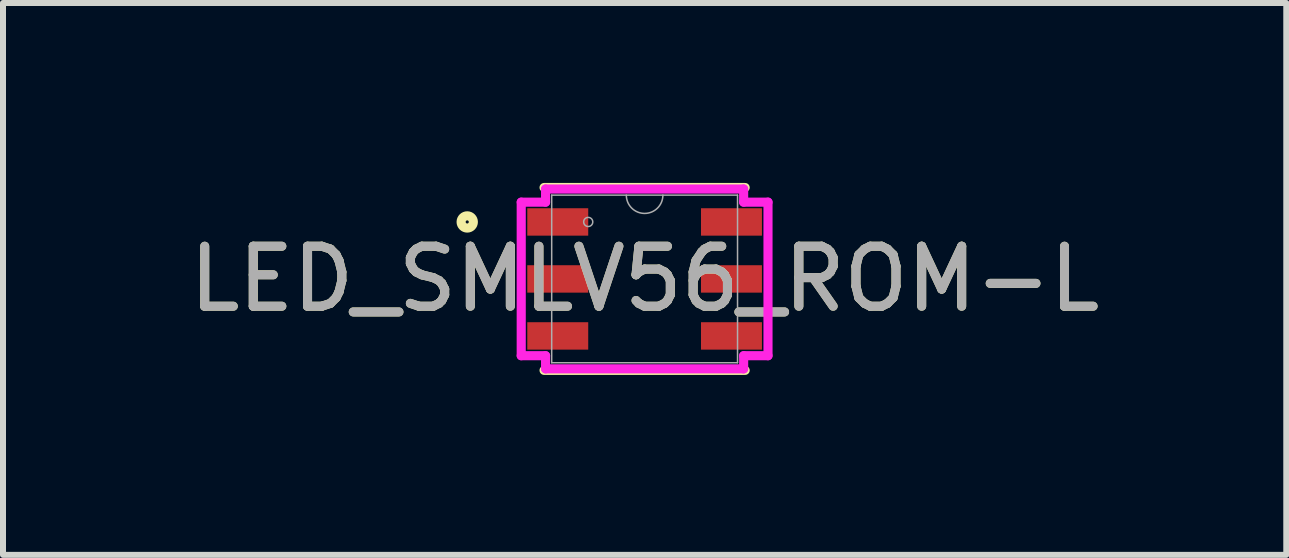
<source format=kicad_pcb>
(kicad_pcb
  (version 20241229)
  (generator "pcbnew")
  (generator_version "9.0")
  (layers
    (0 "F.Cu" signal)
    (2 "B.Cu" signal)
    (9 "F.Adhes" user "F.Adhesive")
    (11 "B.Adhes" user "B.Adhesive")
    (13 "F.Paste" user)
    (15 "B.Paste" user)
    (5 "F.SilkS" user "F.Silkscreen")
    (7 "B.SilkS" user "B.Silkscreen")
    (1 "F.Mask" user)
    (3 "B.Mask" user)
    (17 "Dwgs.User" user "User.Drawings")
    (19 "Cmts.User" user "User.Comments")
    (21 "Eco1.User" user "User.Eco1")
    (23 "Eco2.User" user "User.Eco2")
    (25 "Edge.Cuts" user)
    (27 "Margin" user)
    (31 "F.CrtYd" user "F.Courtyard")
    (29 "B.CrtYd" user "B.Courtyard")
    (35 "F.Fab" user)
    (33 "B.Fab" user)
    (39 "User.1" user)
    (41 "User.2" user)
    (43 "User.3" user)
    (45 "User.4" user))
  (footprint "LED_SMLV56_ROM-L"
    (layer "F.Cu")
    (at 7.696 1.6)
    (property "Reference" "LED_SMLV56_ROM-L" (at 0 0 0) (unlocked yes) (layer "F.SilkS") (effects (font (size 1 1) (thickness 0.15))))
    (attr smd)
    (fp_line (start -1.676 1.524) (end 1.676 1.524) (stroke (width 0.152) (type solid)) (layer "F.SilkS"))
    (fp_line (start 1.676 -1.524) (end -1.676 -1.524) (stroke (width 0.152) (type solid)) (layer "F.SilkS"))
    (fp_circle (center -2.957 -0.95) (end -2.855 -0.95) (stroke (width 0.152) (type solid)) (fill no) (layer "F.SilkS"))
    (fp_line (start -2.057 -1.28) (end -1.651 -1.28) (stroke (width 0.152) (type solid)) (layer "F.CrtYd"))
    (fp_line (start -2.057 1.28) (end -2.057 -1.28) (stroke (width 0.152) (type solid)) (layer "F.CrtYd"))
    (fp_line (start -2.057 1.28) (end -1.651 1.28) (stroke (width 0.152) (type solid)) (layer "F.CrtYd"))
    (fp_line (start -1.651 -1.499) (end 1.651 -1.499) (stroke (width 0.152) (type solid)) (layer "F.CrtYd"))
    (fp_line (start -1.651 -1.28) (end -1.651 -1.499) (stroke (width 0.152) (type solid)) (layer "F.CrtYd"))
    (fp_line (start -1.651 1.499) (end -1.651 1.28) (stroke (width 0.152) (type solid)) (layer "F.CrtYd"))
    (fp_line (start 1.651 -1.499) (end 1.651 -1.28) (stroke (width 0.152) (type solid)) (layer "F.CrtYd"))
    (fp_line (start 1.651 1.28) (end 1.651 1.499) (stroke (width 0.152) (type solid)) (layer "F.CrtYd"))
    (fp_line (start 1.651 1.499) (end -1.651 1.499) (stroke (width 0.152) (type solid)) (layer "F.CrtYd"))
    (fp_line (start 2.057 -1.28) (end 1.651 -1.28) (stroke (width 0.152) (type solid)) (layer "F.CrtYd"))
    (fp_line (start 2.057 -1.28) (end 2.057 1.28) (stroke (width 0.152) (type solid)) (layer "F.CrtYd"))
    (fp_line (start 2.057 1.28) (end 1.651 1.28) (stroke (width 0.152) (type solid)) (layer "F.CrtYd"))
    (fp_line (start -1.549 -1.397) (end -1.549 1.397) (stroke (width 0.025) (type solid)) (layer "F.Fab"))
    (fp_line (start -1.549 1.397) (end 1.549 1.397) (stroke (width 0.025) (type solid)) (layer "F.Fab"))
    (fp_line (start 1.549 -1.397) (end -1.549 -1.397) (stroke (width 0.025) (type solid)) (layer "F.Fab"))
    (fp_line (start 1.549 1.397) (end 1.549 -1.397) (stroke (width 0.025) (type solid)) (layer "F.Fab"))
    (fp_arc (start 0.3048 -1.397) (mid 0 -1.0922) (end -0.3048 -1.397) (stroke (width 0.0254) (type solid)) (layer "F.Fab"))
    (fp_circle (center -0.94 -0.95) (end -0.864 -0.95) (stroke (width 0.025) (type solid)) (fill no) (layer "F.Fab"))
    (fp_text user "${REFERENCE}" (at 0 0 0) (unlocked yes) (layer "F.Fab") (effects (font (size 1 1) (thickness 0.15))))
    (pad "1" smd rect (at -1.448 -0.95) (size 1.016 0.457) (layers "F.Cu" "F.Mask" "F.Paste"))
    (pad "2" smd rect (at -1.448 0) (size 1.016 0.457) (layers "F.Cu" "F.Mask" "F.Paste"))
    (pad "3" smd rect (at -1.448 0.95) (size 1.016 0.457) (layers "F.Cu" "F.Mask" "F.Paste"))
    (pad "4" smd rect (at 1.448 0.95) (size 1.016 0.457) (layers "F.Cu" "F.Mask" "F.Paste"))
    (pad "5" smd rect (at 1.448 0) (size 1.016 0.457) (layers "F.Cu" "F.Mask" "F.Paste"))
    (pad "6" smd rect (at 1.448 -0.95) (size 1.016 0.457) (layers "F.Cu" "F.Mask" "F.Paste")))
  (gr_rect
    (start -3 -3)
    (end 18.393 6.2)
    (stroke (width 0.1) (type default))
    (fill no)
    (layer "Edge.Cuts")))
</source>
